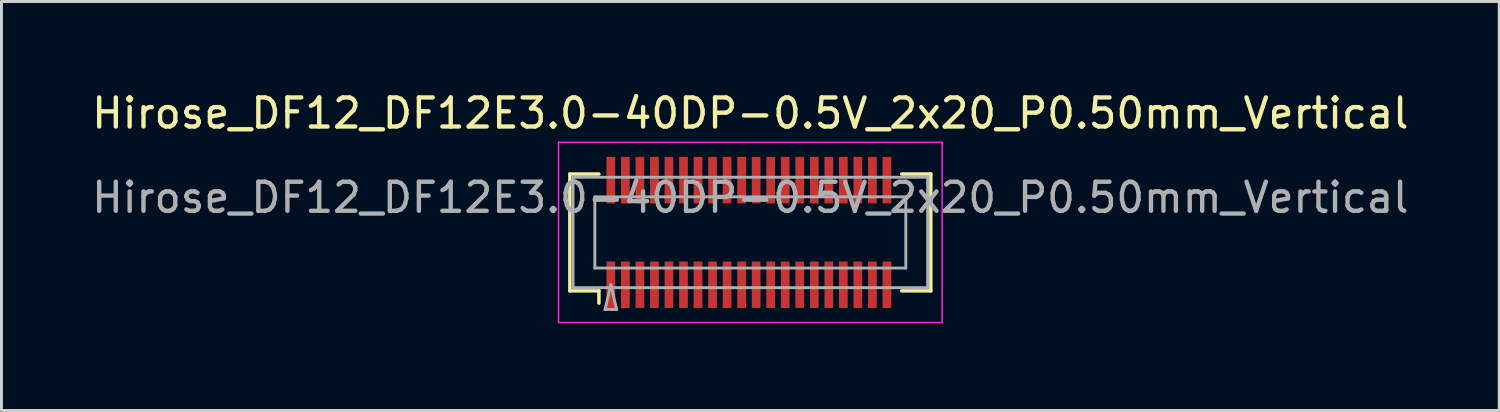
<source format=kicad_pcb>
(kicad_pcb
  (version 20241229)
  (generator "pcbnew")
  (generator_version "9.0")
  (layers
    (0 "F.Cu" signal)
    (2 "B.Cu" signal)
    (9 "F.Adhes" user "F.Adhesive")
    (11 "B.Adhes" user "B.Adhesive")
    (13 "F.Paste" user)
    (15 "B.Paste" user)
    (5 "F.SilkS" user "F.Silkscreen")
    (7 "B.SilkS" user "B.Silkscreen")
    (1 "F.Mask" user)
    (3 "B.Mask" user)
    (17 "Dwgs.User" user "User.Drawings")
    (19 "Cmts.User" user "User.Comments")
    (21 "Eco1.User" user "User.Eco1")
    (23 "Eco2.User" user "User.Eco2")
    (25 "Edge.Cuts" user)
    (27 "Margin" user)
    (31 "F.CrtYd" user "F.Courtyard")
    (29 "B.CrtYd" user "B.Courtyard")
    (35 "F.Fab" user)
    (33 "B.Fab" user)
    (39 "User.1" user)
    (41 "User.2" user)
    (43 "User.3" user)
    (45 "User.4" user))
  (footprint "Hirose_DF12_DF12E3.0-40DP-0.5V_2x20_P0.50mm_Vertical"
    (layer "F.Cu")
    (at 22.768 4.948)
    (property "Reference" "Hirose_DF12_DF12E3.0-40DP-0.5V_2x20_P0.50mm_Vertical" (at 0 -4.1 0) (layer "F.SilkS") (effects (font (size 1 1) (thickness 0.15))))
    (attr smd)
    (fp_line (start -6.21 -2.01) (end -5.21 -2.01) (stroke (width 0.12) (type solid)) (layer "F.SilkS"))
    (fp_line (start -6.21 2.01) (end -6.21 -2.01) (stroke (width 0.12) (type solid)) (layer "F.SilkS"))
    (fp_line (start -5.21 2.01) (end -6.21 2.01) (stroke (width 0.12) (type solid)) (layer "F.SilkS"))
    (fp_line (start -5.21 2.433) (end -5.21 2.01) (stroke (width 0.12) (type solid)) (layer "F.SilkS"))
    (fp_line (start 5.21 2.01) (end 6.21 2.01) (stroke (width 0.12) (type solid)) (layer "F.SilkS"))
    (fp_line (start 6.21 -2.01) (end 5.21 -2.01) (stroke (width 0.12) (type solid)) (layer "F.SilkS"))
    (fp_line (start 6.21 2.01) (end 6.21 -2.01) (stroke (width 0.12) (type solid)) (layer "F.SilkS"))
    (fp_line (start -6.6 -3.1) (end -6.6 3.1) (stroke (width 0.05) (type solid)) (layer "F.CrtYd"))
    (fp_line (start -6.6 3.1) (end 6.6 3.1) (stroke (width 0.05) (type solid)) (layer "F.CrtYd"))
    (fp_line (start 6.6 -3.1) (end -6.6 -3.1) (stroke (width 0.05) (type solid)) (layer "F.CrtYd"))
    (fp_line (start 6.6 3.1) (end 6.6 -3.1) (stroke (width 0.05) (type solid)) (layer "F.CrtYd"))
    (fp_line (start -6.1 -1.9) (end 6.1 -1.9) (stroke (width 0.1) (type solid)) (layer "F.Fab"))
    (fp_line (start -6.1 1.9) (end -6.1 -1.9) (stroke (width 0.1) (type solid)) (layer "F.Fab"))
    (fp_line (start -5.35 -1.225) (end 5.35 -1.225) (stroke (width 0.1) (type solid)) (layer "F.Fab"))
    (fp_line (start -5.35 1.225) (end -5.35 -1.225) (stroke (width 0.1) (type solid)) (layer "F.Fab"))
    (fp_line (start -5 2.65) (end -4.8 1.8) (stroke (width 0.1) (type solid)) (layer "F.Fab"))
    (fp_line (start -4.8 1.8) (end -4.6 2.65) (stroke (width 0.1) (type solid)) (layer "F.Fab"))
    (fp_line (start -4.6 2.65) (end -5 2.65) (stroke (width 0.1) (type solid)) (layer "F.Fab"))
    (fp_line (start 5.35 -1.225) (end 5.35 1.225) (stroke (width 0.1) (type solid)) (layer "F.Fab"))
    (fp_line (start 5.35 1.225) (end -5.35 1.225) (stroke (width 0.1) (type solid)) (layer "F.Fab"))
    (fp_line (start 6.1 -1.9) (end 6.1 1.9) (stroke (width 0.1) (type solid)) (layer "F.Fab"))
    (fp_line (start 6.1 1.9) (end -6.1 1.9) (stroke (width 0.1) (type solid)) (layer "F.Fab"))
    (fp_text user "${REFERENCE}" (at 0 -1.2 0) (layer "F.Fab") (effects (font (size 1 1) (thickness 0.15))))
    (pad "" smd rect (at -4.8 -2) (size 0.28 1.2) (layers "F.Paste"))
    (pad "" smd rect (at -4.8 2) (size 0.28 1.2) (layers "F.Paste"))
    (pad "" smd rect (at -4.3 -2) (size 0.28 1.2) (layers "F.Paste"))
    (pad "" smd rect (at -4.3 2) (size 0.28 1.2) (layers "F.Paste"))
    (pad "" smd rect (at -3.8 -2) (size 0.28 1.2) (layers "F.Paste"))
    (pad "" smd rect (at -3.8 2) (size 0.28 1.2) (layers "F.Paste"))
    (pad "" smd rect (at -3.3 -2) (size 0.28 1.2) (layers "F.Paste"))
    (pad "" smd rect (at -3.3 2) (size 0.28 1.2) (layers "F.Paste"))
    (pad "" smd rect (at -2.8 -2) (size 0.28 1.2) (layers "F.Paste"))
    (pad "" smd rect (at -2.8 2) (size 0.28 1.2) (layers "F.Paste"))
    (pad "" smd rect (at -2.3 -2) (size 0.28 1.2) (layers "F.Paste"))
    (pad "" smd rect (at -2.3 2) (size 0.28 1.2) (layers "F.Paste"))
    (pad "" smd rect (at -1.8 -2) (size 0.28 1.2) (layers "F.Paste"))
    (pad "" smd rect (at -1.8 2) (size 0.28 1.2) (layers "F.Paste"))
    (pad "" smd rect (at -1.3 -2) (size 0.28 1.2) (layers "F.Paste"))
    (pad "" smd rect (at -1.3 2) (size 0.28 1.2) (layers "F.Paste"))
    (pad "" smd rect (at -0.8 -2) (size 0.28 1.2) (layers "F.Paste"))
    (pad "" smd rect (at -0.8 2) (size 0.28 1.2) (layers "F.Paste"))
    (pad "" smd rect (at -0.3 -2) (size 0.28 1.2) (layers "F.Paste"))
    (pad "" smd rect (at -0.3 2) (size 0.28 1.2) (layers "F.Paste"))
    (pad "" smd rect (at 0.2 -2) (size 0.28 1.2) (layers "F.Paste"))
    (pad "" smd rect (at 0.2 2) (size 0.28 1.2) (layers "F.Paste"))
    (pad "" smd rect (at 0.7 -2) (size 0.28 1.2) (layers "F.Paste"))
    (pad "" smd rect (at 0.7 2) (size 0.28 1.2) (layers "F.Paste"))
    (pad "" smd rect (at 1.2 -2) (size 0.28 1.2) (layers "F.Paste"))
    (pad "" smd rect (at 1.2 2) (size 0.28 1.2) (layers "F.Paste"))
    (pad "" smd rect (at 1.7 -2) (size 0.28 1.2) (layers "F.Paste"))
    (pad "" smd rect (at 1.7 2) (size 0.28 1.2) (layers "F.Paste"))
    (pad "" smd rect (at 2.2 -2) (size 0.28 1.2) (layers "F.Paste"))
    (pad "" smd rect (at 2.2 2) (size 0.28 1.2) (layers "F.Paste"))
    (pad "" smd rect (at 2.7 -2) (size 0.28 1.2) (layers "F.Paste"))
    (pad "" smd rect (at 2.7 2) (size 0.28 1.2) (layers "F.Paste"))
    (pad "" smd rect (at 3.2 -2) (size 0.28 1.2) (layers "F.Paste"))
    (pad "" smd rect (at 3.2 2) (size 0.28 1.2) (layers "F.Paste"))
    (pad "" smd rect (at 3.7 -2) (size 0.28 1.2) (layers "F.Paste"))
    (pad "" smd rect (at 3.7 2) (size 0.28 1.2) (layers "F.Paste"))
    (pad "" smd rect (at 4.2 -2) (size 0.28 1.2) (layers "F.Paste"))
    (pad "" smd rect (at 4.2 2) (size 0.28 1.2) (layers "F.Paste"))
    (pad "" smd rect (at 4.7 -2) (size 0.28 1.2) (layers "F.Paste"))
    (pad "" smd rect (at 4.7 2) (size 0.28 1.2) (layers "F.Paste"))
    (pad "1" smd rect (at -4.8 1.8) (size 0.3 1.6) (layers "F.Cu" "F.Mask"))
    (pad "2" smd rect (at -4.3 1.8) (size 0.3 1.6) (layers "F.Cu" "F.Mask"))
    (pad "3" smd rect (at -3.8 1.8) (size 0.3 1.6) (layers "F.Cu" "F.Mask"))
    (pad "4" smd rect (at -3.3 1.8) (size 0.3 1.6) (layers "F.Cu" "F.Mask"))
    (pad "5" smd rect (at -2.8 1.8) (size 0.3 1.6) (layers "F.Cu" "F.Mask"))
    (pad "6" smd rect (at -2.3 1.8) (size 0.3 1.6) (layers "F.Cu" "F.Mask"))
    (pad "7" smd rect (at -1.8 1.8) (size 0.3 1.6) (layers "F.Cu" "F.Mask"))
    (pad "8" smd rect (at -1.3 1.8) (size 0.3 1.6) (layers "F.Cu" "F.Mask"))
    (pad "9" smd rect (at -0.8 1.8) (size 0.3 1.6) (layers "F.Cu" "F.Mask"))
    (pad "10" smd rect (at -0.3 1.8) (size 0.3 1.6) (layers "F.Cu" "F.Mask"))
    (pad "11" smd rect (at 0.2 1.8) (size 0.3 1.6) (layers "F.Cu" "F.Mask"))
    (pad "12" smd rect (at 0.7 1.8) (size 0.3 1.6) (layers "F.Cu" "F.Mask"))
    (pad "13" smd rect (at 1.2 1.8) (size 0.3 1.6) (layers "F.Cu" "F.Mask"))
    (pad "14" smd rect (at 1.7 1.8) (size 0.3 1.6) (layers "F.Cu" "F.Mask"))
    (pad "15" smd rect (at 2.2 1.8) (size 0.3 1.6) (layers "F.Cu" "F.Mask"))
    (pad "16" smd rect (at 2.7 1.8) (size 0.3 1.6) (layers "F.Cu" "F.Mask"))
    (pad "17" smd rect (at 3.2 1.8) (size 0.3 1.6) (layers "F.Cu" "F.Mask"))
    (pad "18" smd rect (at 3.7 1.8) (size 0.3 1.6) (layers "F.Cu" "F.Mask"))
    (pad "19" smd rect (at 4.2 1.8) (size 0.3 1.6) (layers "F.Cu" "F.Mask"))
    (pad "20" smd rect (at 4.7 1.8) (size 0.3 1.6) (layers "F.Cu" "F.Mask"))
    (pad "21" smd rect (at -4.8 -1.8) (size 0.3 1.6) (layers "F.Cu" "F.Mask"))
    (pad "22" smd rect (at -4.3 -1.8) (size 0.3 1.6) (layers "F.Cu" "F.Mask"))
    (pad "23" smd rect (at -3.8 -1.8) (size 0.3 1.6) (layers "F.Cu" "F.Mask"))
    (pad "24" smd rect (at -3.3 -1.8) (size 0.3 1.6) (layers "F.Cu" "F.Mask"))
    (pad "25" smd rect (at -2.8 -1.8) (size 0.3 1.6) (layers "F.Cu" "F.Mask"))
    (pad "26" smd rect (at -2.3 -1.8) (size 0.3 1.6) (layers "F.Cu" "F.Mask"))
    (pad "27" smd rect (at -1.8 -1.8) (size 0.3 1.6) (layers "F.Cu" "F.Mask"))
    (pad "28" smd rect (at -1.3 -1.8) (size 0.3 1.6) (layers "F.Cu" "F.Mask"))
    (pad "29" smd rect (at -0.8 -1.8) (size 0.3 1.6) (layers "F.Cu" "F.Mask"))
    (pad "30" smd rect (at -0.3 -1.8) (size 0.3 1.6) (layers "F.Cu" "F.Mask"))
    (pad "31" smd rect (at 0.2 -1.8) (size 0.3 1.6) (layers "F.Cu" "F.Mask"))
    (pad "32" smd rect (at 0.7 -1.8) (size 0.3 1.6) (layers "F.Cu" "F.Mask"))
    (pad "33" smd rect (at 1.2 -1.8) (size 0.3 1.6) (layers "F.Cu" "F.Mask"))
    (pad "34" smd rect (at 1.7 -1.8) (size 0.3 1.6) (layers "F.Cu" "F.Mask"))
    (pad "35" smd rect (at 2.2 -1.8) (size 0.3 1.6) (layers "F.Cu" "F.Mask"))
    (pad "36" smd rect (at 2.7 -1.8) (size 0.3 1.6) (layers "F.Cu" "F.Mask"))
    (pad "37" smd rect (at 3.2 -1.8) (size 0.3 1.6) (layers "F.Cu" "F.Mask"))
    (pad "38" smd rect (at 3.7 -1.8) (size 0.3 1.6) (layers "F.Cu" "F.Mask"))
    (pad "39" smd rect (at 4.2 -1.8) (size 0.3 1.6) (layers "F.Cu" "F.Mask"))
    (pad "40" smd rect (at 4.7 -1.8) (size 0.3 1.6) (layers "F.Cu" "F.Mask")))
  (gr_rect
    (start -3 -3)
    (end 48.536 11.073)
    (stroke (width 0.1) (type default))
    (fill no)
    (layer "Edge.Cuts")))
</source>
